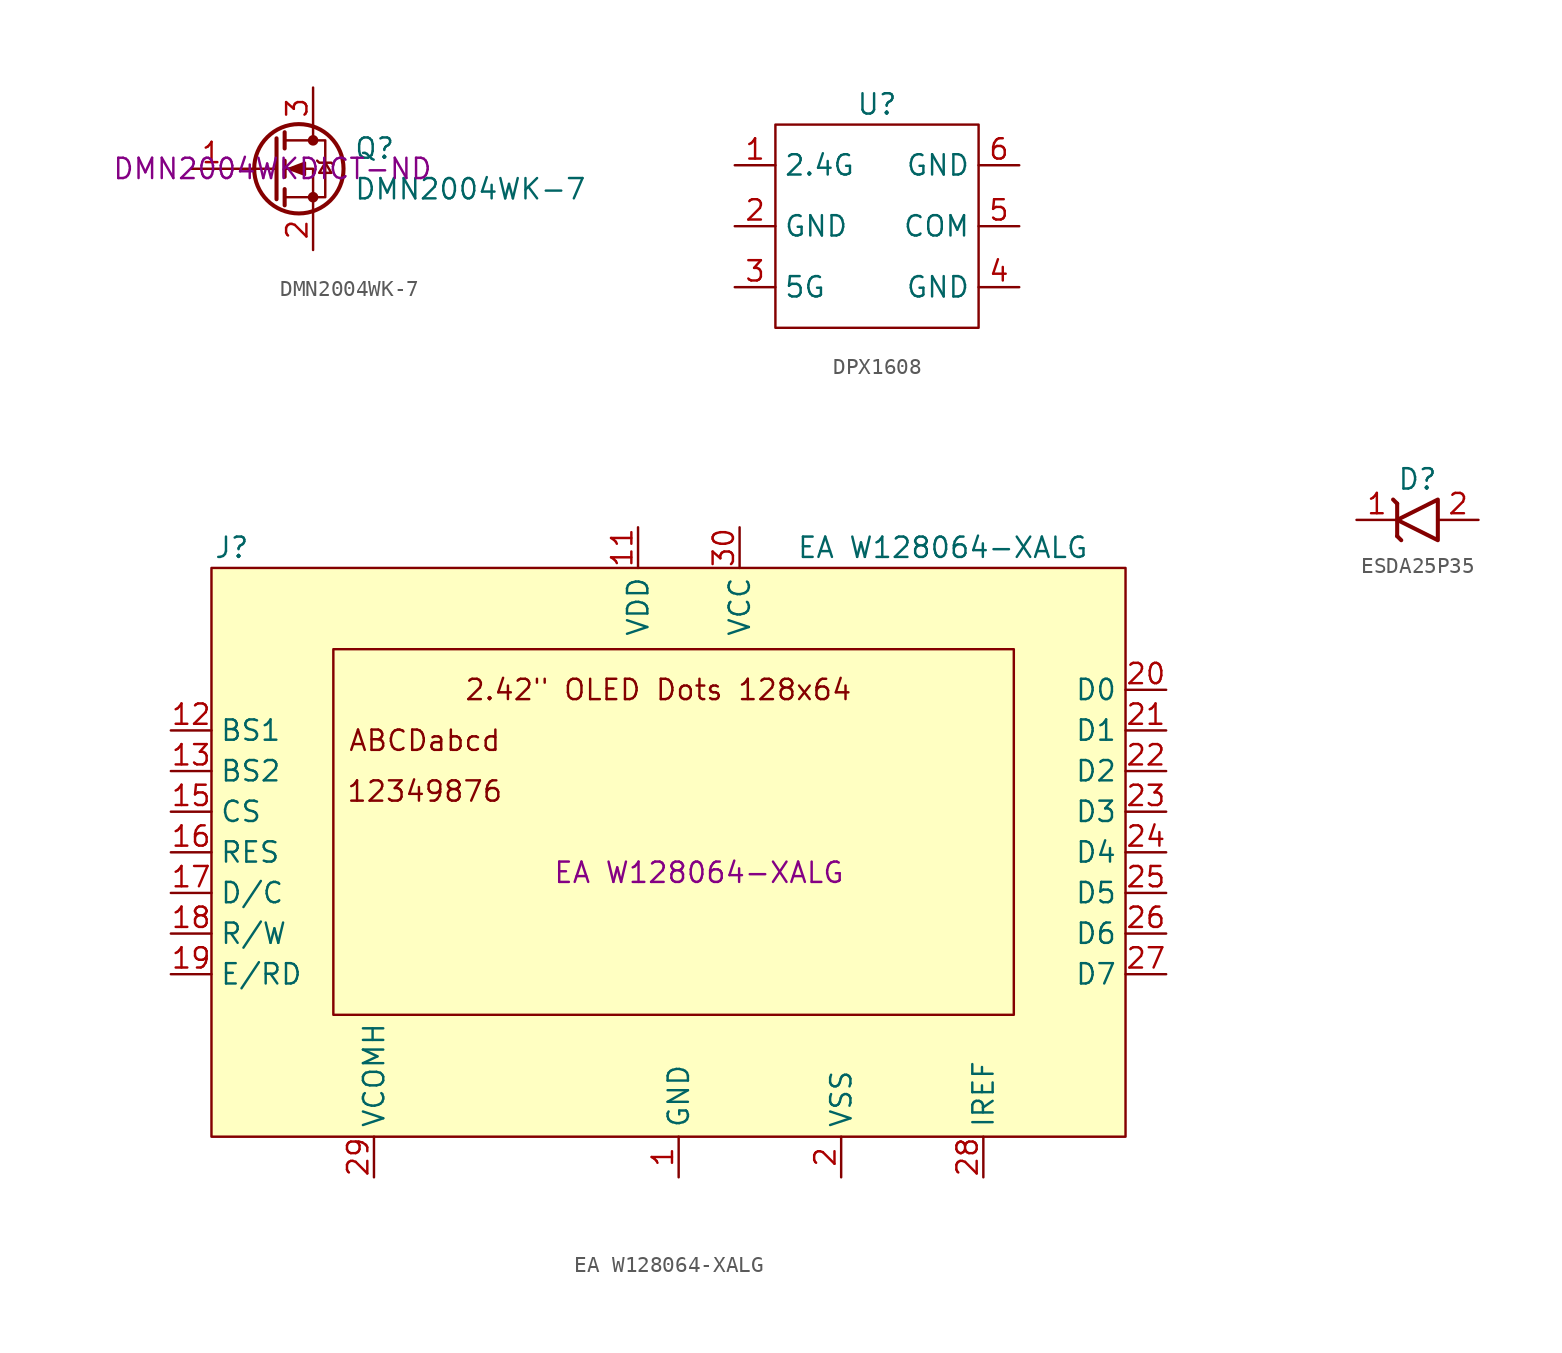
<source format=kicad_sym>
(kicad_symbol_lib
  (version 20231120)
  (generator "kicad_symbol_editor")
  (generator_version "8.0")
  (symbol "DMN2004WK-7"
    (pin_names
      (offset 0) hide)
    (property "Reference" "Q"
      (at 5.08 1.27 0)
      (effects (font (size 1.27 1.27)) (justify left)))
    (property "Value" "DMN2004WK-7"
      (at 5.08 -1.27 0)
      (effects (font (size 1.27 1.27)) (justify left)))
    (property "Digikey" "DMN2004WKDICT-ND"
      (at 0 0 0)
      (effects (font (size 1.27 1.27))))
    (symbol "DMN2004WK-7_0_1"
      (polyline (pts (xy 0.254 0) (xy -2.54 0)) (stroke (width 0) (type default)) (fill (type none)))
      (polyline (pts (xy 0.254 1.905) (xy 0.254 -1.905)) (stroke (width 0.254) (type default)) (fill (type none)))
      (polyline (pts (xy 0.762 -1.27) (xy 0.762 -2.286)) (stroke (width 0.254) (type default)) (fill (type none)))
      (polyline (pts (xy 0.762 0.508) (xy 0.762 -0.508)) (stroke (width 0.254) (type default)) (fill (type none)))
      (polyline (pts (xy 0.762 2.286) (xy 0.762 1.27)) (stroke (width 0.254) (type default)) (fill (type none)))
      (polyline (pts (xy 2.54 2.54) (xy 2.54 1.778)) (stroke (width 0) (type default)) (fill (type none)))
      (polyline (pts (xy 2.54 -2.54) (xy 2.54 0) (xy 0.762 0)) (stroke (width 0) (type default)) (fill (type none)))
      (polyline (pts (xy 0.762 -1.778) (xy 3.302 -1.778) (xy 3.302 1.778) (xy 0.762 1.778)) (stroke (width 0) (type default)) (fill (type none)))
      (polyline (pts (xy 1.016 0) (xy 2.032 0.381) (xy 2.032 -0.381) (xy 1.016 0)) (stroke (width 0) (type default)) (fill (type outline)))
      (polyline (pts (xy 2.794 0.508) (xy 2.921 0.381) (xy 3.683 0.381) (xy 3.81 0.254)) (stroke (width 0) (type default)) (fill (type none)))
      (polyline (pts (xy 3.302 0.381) (xy 2.921 -0.254) (xy 3.683 -0.254) (xy 3.302 0.381)) (stroke (width 0) (type default)) (fill (type none)))
      (circle (center 1.651 0) (radius 2.794) (stroke (width 0.254) (type default)) (fill (type none)))
      (circle (center 2.54 -1.778) (radius 0.254) (stroke (width 0) (type default)) (fill (type outline)))
      (circle (center 2.54 1.778) (radius 0.254) (stroke (width 0) (type default)) (fill (type outline))))
    (symbol "DMN2004WK-7_1_1"
      (pin input line (at -5.08 0 0) (length 2.54) (name "G" (effects (font (size 1.27 1.27)))) (number "1" (effects (font (size 1.27 1.27)))))
      (pin passive line (at 2.54 -5.08 90) (length 2.54) (name "S" (effects (font (size 1.27 1.27)))) (number "2" (effects (font (size 1.27 1.27)))))
      (pin passive line (at 2.54 5.08 270) (length 2.54) (name "D" (effects (font (size 1.27 1.27)))) (number "3" (effects (font (size 1.27 1.27)))))))
  (symbol "DPX1608"
    (property "Reference" "U"
      (at 0 7.62 0)
      (effects (font (size 1.27 1.27))))
    (property "Value" ""
      (at 0 6.35 0)
      (effects (font (size 1.27 1.27))))
    (symbol "DPX1608_0_1"
      (rectangle (start -6.35 6.35) (end 6.35 -6.35) (stroke (width 0) (type default)) (fill (type none))))
    (symbol "DPX1608_1_1"
      (pin input line (at -8.89 3.81 0) (length 2.54) (name "2.4G" (effects (font (size 1.27 1.27)))) (number "1" (effects (font (size 1.27 1.27)))))
      (pin input line (at -8.89 0 0) (length 2.54) (name "GND" (effects (font (size 1.27 1.27)))) (number "2" (effects (font (size 1.27 1.27)))))
      (pin input line (at -8.89 -3.81 0) (length 2.54) (name "5G" (effects (font (size 1.27 1.27)))) (number "3" (effects (font (size 1.27 1.27)))))
      (pin input line (at 8.89 -3.81 180) (length 2.54) (name "GND" (effects (font (size 1.27 1.27)))) (number "4" (effects (font (size 1.27 1.27)))))
      (pin input line (at 8.89 0 180) (length 2.54) (name "COM" (effects (font (size 1.27 1.27)))) (number "5" (effects (font (size 1.27 1.27)))))
      (pin input line (at 8.89 3.81 180) (length 2.54) (name "GND" (effects (font (size 1.27 1.27)))) (number "6" (effects (font (size 1.27 1.27)))))))
  (symbol "EA W128064-XALG"
    (property "Reference" "J"
      (at -27.94 19.05 0)
      (effects (font (size 1.27 1.27))))
    (property "Value" "EA W128064-XALG"
      (at 16.51 19.05 0)
      (effects (font (size 1.27 1.27))))
    (property "Digikey" "EA W128064-XALG"
      (at 1.27 -1.27 0)
      (effects (font (size 1.27 1.27))))
    (symbol "EA W128064-XALG_0_0"
      (text "12349876" (at -15.875 3.81 0) (effects (font (size 1.27 1.27))))
      (text "2.42\" OLED Dots 128x64" (at -1.27 10.16 0) (effects (font (size 1.27 1.27))))
      (text "ABCDabcd" (at -15.875 6.985 0) (effects (font (size 1.27 1.27)))))
    (symbol "EA W128064-XALG_0_1"
      (rectangle (start -29.21 17.78) (end 27.94 -17.78) (stroke (width 0) (type default)) (fill (type background)))
      (rectangle (start -21.59 12.7) (end 20.955 -10.16) (stroke (width 0) (type default)) (fill (type none))))
    (symbol "EA W128064-XALG_1_1"
      (pin input line (at 0 -20.32 90) (length 2.54) (name "GND" (effects (font (size 1.27 1.27)))) (number "1" (effects (font (size 1.27 1.27)))))
      (pin no_connect line (at -2.54 -2.54 0) (length 2.54) hide (name "" (effects (font (size 1.27 1.27)))) (number "10" (effects (font (size 1.27 1.27)))))
      (pin input line (at -2.54 20.32 270) (length 2.54) (name "VDD" (effects (font (size 1.27 1.27)))) (number "11" (effects (font (size 1.27 1.27)))))
      (pin input line (at -31.75 7.62 0) (length 2.54) (name "BS1" (effects (font (size 1.27 1.27)))) (number "12" (effects (font (size 1.27 1.27)))))
      (pin input line (at -31.75 5.08 0) (length 2.54) (name "BS2" (effects (font (size 1.27 1.27)))) (number "13" (effects (font (size 1.27 1.27)))))
      (pin no_connect line (at -2.54 -5.08 0) (length 2.54) hide (name "" (effects (font (size 1.27 1.27)))) (number "14" (effects (font (size 1.27 1.27)))))
      (pin input line (at -31.75 2.54 0) (length 2.54) (name "CS" (effects (font (size 1.27 1.27)))) (number "15" (effects (font (size 1.27 1.27)))))
      (pin input line (at -31.75 0 0) (length 2.54) (name "RES" (effects (font (size 1.27 1.27)))) (number "16" (effects (font (size 1.27 1.27)))))
      (pin input line (at -31.75 -2.54 0) (length 2.54) (name "D/C" (effects (font (size 1.27 1.27)))) (number "17" (effects (font (size 1.27 1.27)))))
      (pin input line (at -31.75 -5.08 0) (length 2.54) (name "R/W" (effects (font (size 1.27 1.27)))) (number "18" (effects (font (size 1.27 1.27)))))
      (pin input line (at -31.75 -7.62 0) (length 2.54) (name "E/RD" (effects (font (size 1.27 1.27)))) (number "19" (effects (font (size 1.27 1.27)))))
      (pin input line (at 10.16 -20.32 90) (length 2.54) (name "VSS" (effects (font (size 1.27 1.27)))) (number "2" (effects (font (size 1.27 1.27)))))
      (pin input line (at 30.48 10.16 180) (length 2.54) (name "D0" (effects (font (size 1.27 1.27)))) (number "20" (effects (font (size 1.27 1.27)))))
      (pin input line (at 30.48 7.62 180) (length 2.54) (name "D1" (effects (font (size 1.27 1.27)))) (number "21" (effects (font (size 1.27 1.27)))))
      (pin input line (at 30.48 5.08 180) (length 2.54) (name "D2" (effects (font (size 1.27 1.27)))) (number "22" (effects (font (size 1.27 1.27)))))
      (pin input line (at 30.48 2.54 180) (length 2.54) (name "D3" (effects (font (size 1.27 1.27)))) (number "23" (effects (font (size 1.27 1.27)))))
      (pin input line (at 30.48 0 180) (length 2.54) (name "D4" (effects (font (size 1.27 1.27)))) (number "24" (effects (font (size 1.27 1.27)))))
      (pin input line (at 30.48 -2.54 180) (length 2.54) (name "D5" (effects (font (size 1.27 1.27)))) (number "25" (effects (font (size 1.27 1.27)))))
      (pin input line (at 30.48 -5.08 180) (length 2.54) (name "D6" (effects (font (size 1.27 1.27)))) (number "26" (effects (font (size 1.27 1.27)))))
      (pin input line (at 30.48 -7.62 180) (length 2.54) (name "D7" (effects (font (size 1.27 1.27)))) (number "27" (effects (font (size 1.27 1.27)))))
      (pin input line (at 19.05 -20.32 90) (length 2.54) (name "IREF" (effects (font (size 1.27 1.27)))) (number "28" (effects (font (size 1.27 1.27)))))
      (pin input line (at -19.05 -20.32 90) (length 2.54) (name "VCOMH" (effects (font (size 1.27 1.27)))) (number "29" (effects (font (size 1.27 1.27)))))
      (pin no_connect line (at -2.54 -7.62 0) (length 2.54) hide (name "" (effects (font (size 1.27 1.27)))) (number "3" (effects (font (size 1.27 1.27)))))
      (pin input line (at 3.81 20.32 270) (length 2.54) (name "VCC" (effects (font (size 1.27 1.27)))) (number "30" (effects (font (size 1.27 1.27)))))
      (pin input line (at 0 -20.32 90) (length 2.54) hide (name "GND" (effects (font (size 1.27 1.27)))) (number "31" (effects (font (size 1.27 1.27)))))
      (pin no_connect line (at 10.16 -7.62 0) (length 2.54) hide (name "" (effects (font (size 1.27 1.27)))) (number "4" (effects (font (size 1.27 1.27)))))
      (pin no_connect line (at 10.16 -5.08 0) (length 2.54) hide (name "" (effects (font (size 1.27 1.27)))) (number "5" (effects (font (size 1.27 1.27)))))
      (pin no_connect line (at 10.16 -2.54 0) (length 2.54) hide (name "" (effects (font (size 1.27 1.27)))) (number "6" (effects (font (size 1.27 1.27)))))
      (pin no_connect line (at 10.16 0 0) (length 2.54) hide (name "" (effects (font (size 1.27 1.27)))) (number "7" (effects (font (size 1.27 1.27)))))
      (pin no_connect line (at 10.16 -10.16 0) (length 2.54) hide (name "" (effects (font (size 1.27 1.27)))) (number "8" (effects (font (size 1.27 1.27)))))
      (pin no_connect line (at -2.54 0 0) (length 2.54) hide (name "" (effects (font (size 1.27 1.27)))) (number "9" (effects (font (size 1.27 1.27)))))))
  (symbol "ESDA25P35"
    (property "Reference" "D"
      (at 0 2.54 0)
      (effects (font (size 1.27 1.27))))
    (symbol "ESDA25P35_0_1"
      (polyline (pts (xy -1.27 -1.016) (xy -1.016 -1.27)) (stroke (width 0.254) (type default)) (fill (type none)))
      (polyline (pts (xy -1.27 1.016) (xy -1.524 1.27)) (stroke (width 0.254) (type default)) (fill (type none)))
      (polyline (pts (xy -1.27 1.016) (xy -1.27 -1.016)) (stroke (width 0.254) (type default)) (fill (type none)))
      (polyline (pts (xy 1.27 1.27) (xy 1.27 -1.27) (xy -1.27 0) (xy 1.27 1.27)) (stroke (width 0.254) (type default)) (fill (type none))))
    (symbol "ESDA25P35_1_1"
      (pin passive line (at -3.81 0 0) (length 2.54) (name "" (effects (font (size 1.27 1.27)))) (number "1" (effects (font (size 1.27 1.27)))))
      (pin passive line (at 3.81 0 180) (length 2.54) (name "" (effects (font (size 1.27 1.27)))) (number "2" (effects (font (size 1.27 1.27))))))))
</source>
